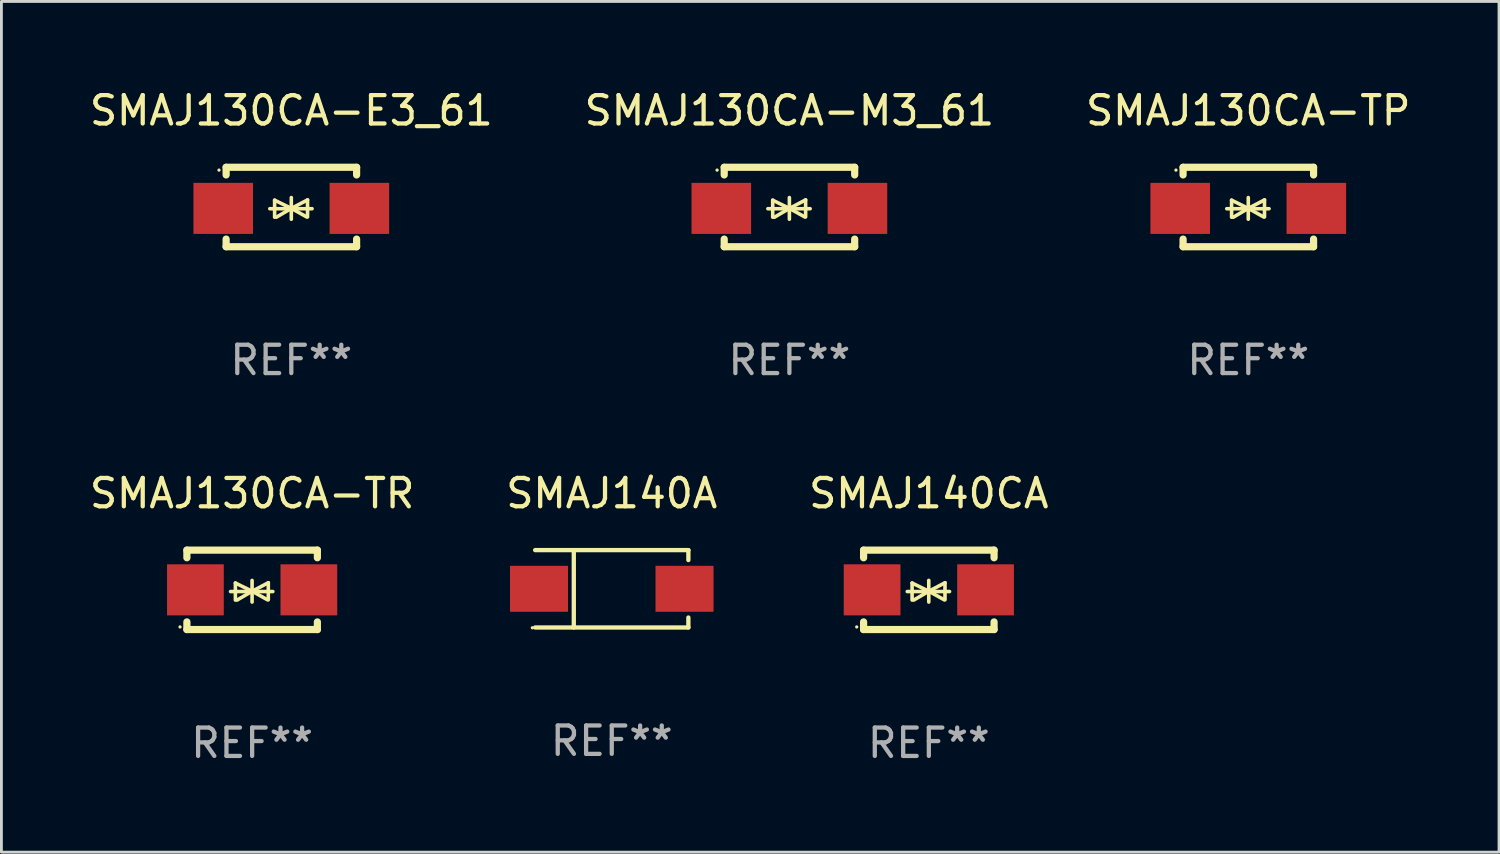
<source format=kicad_pcb>
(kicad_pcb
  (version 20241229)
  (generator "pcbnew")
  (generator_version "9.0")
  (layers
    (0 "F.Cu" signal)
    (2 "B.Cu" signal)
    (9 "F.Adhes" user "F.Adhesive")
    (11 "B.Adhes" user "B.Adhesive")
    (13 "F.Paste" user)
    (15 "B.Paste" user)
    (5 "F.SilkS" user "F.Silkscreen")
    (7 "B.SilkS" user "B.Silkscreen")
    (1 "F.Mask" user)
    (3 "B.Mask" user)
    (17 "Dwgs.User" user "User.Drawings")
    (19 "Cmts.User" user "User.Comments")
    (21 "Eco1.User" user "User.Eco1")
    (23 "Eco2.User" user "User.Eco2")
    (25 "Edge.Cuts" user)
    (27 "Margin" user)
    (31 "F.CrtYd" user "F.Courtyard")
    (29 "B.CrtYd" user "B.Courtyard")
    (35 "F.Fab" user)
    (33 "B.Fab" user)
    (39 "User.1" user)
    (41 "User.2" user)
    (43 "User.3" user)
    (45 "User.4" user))
  (footprint "SMAJ130CA-M3_61"
    (layer "F.Cu")
    (at 24.78 4.248)
    (property "Reference" "SMAJ130CA-M3_61" (at 0 -3.4 0) (layer "F.SilkS") (effects (font (size 1 1) (thickness 0.15))))
    (attr through_hole)
    (fp_line (start -2.298 -1.4) (end -2.298 -1.131) (stroke (width 0.254) (type solid)) (layer "F.SilkS"))
    (fp_line (start -2.298 -1.4) (end 2.302 -1.4) (stroke (width 0.254) (type solid)) (layer "F.SilkS"))
    (fp_line (start -2.298 1.131) (end -2.298 1.4) (stroke (width 0.254) (type solid)) (layer "F.SilkS"))
    (fp_line (start -2.298 1.4) (end 2.302 1.4) (stroke (width 0.254) (type solid)) (layer "F.SilkS"))
    (fp_line (start -0.758 0.06) (end 0.732 0.06) (stroke (width 0.127) (type solid)) (layer "F.SilkS"))
    (fp_line (start -0.588 -0.24) (end -0.588 0.36) (stroke (width 0.127) (type solid)) (layer "F.SilkS"))
    (fp_line (start -0.588 -0.24) (end 0.000025 0.049) (stroke (width 0.127) (type solid)) (layer "F.SilkS"))
    (fp_line (start -0.528 0.36) (end 0.000025 0.049) (stroke (width 0.127) (type solid)) (layer "F.SilkS"))
    (fp_line (start 0.000025 0.049) (end 0.000025 -0.332) (stroke (width 0.127) (type solid)) (layer "F.SilkS"))
    (fp_line (start 0.000025 0.049) (end 0.000025 0.43) (stroke (width 0.127) (type solid)) (layer "F.SilkS"))
    (fp_line (start 0.542 0.35) (end 0.000025 0.049) (stroke (width 0.127) (type solid)) (layer "F.SilkS"))
    (fp_line (start 0.572 -0.25) (end 0.000025 0.049) (stroke (width 0.127) (type solid)) (layer "F.SilkS"))
    (fp_line (start 0.572 -0.25) (end 0.572 0.35) (stroke (width 0.127) (type solid)) (layer "F.SilkS"))
    (fp_line (start 2.302 -1.4) (end 2.302 -1.131) (stroke (width 0.254) (type solid)) (layer "F.SilkS"))
    (fp_line (start 2.302 1.131) (end 2.302 1.4) (stroke (width 0.254) (type solid)) (layer "F.SilkS"))
    (fp_circle (center -2.549 -1.301) (end -2.519 -1.301) (stroke (width 0.06) (type solid)) (fill no) (layer "F.SilkS"))
    (fp_text user "REF**" (at 0 5.4 0) (layer "F.Fab") (effects (font (size 1 1) (thickness 0.15))))
    (pad "1" smd rect (at -2.4 0.049) (size 2.1 1.8) (layers "F.Cu" "F.Mask" "F.Paste"))
    (pad "2" smd rect (at 2.4 0.049) (size 2.1 1.8) (layers "F.Cu" "F.Mask" "F.Paste")))
  (footprint "SMAJ130CA-TR"
    (layer "F.Cu")
    (at 5.839 17.745)
    (property "Reference" "SMAJ130CA-TR" (at 0 -3.4 0) (layer "F.SilkS") (effects (font (size 1 1) (thickness 0.15))))
    (attr through_hole)
    (fp_line (start -2.3 -1.4) (end -2.3 -1.131) (stroke (width 0.254) (type solid)) (layer "F.SilkS"))
    (fp_line (start -2.3 -1.4) (end 2.3 -1.4) (stroke (width 0.254) (type solid)) (layer "F.SilkS"))
    (fp_line (start -2.3 1.131) (end -2.3 1.4) (stroke (width 0.254) (type solid)) (layer "F.SilkS"))
    (fp_line (start -2.3 1.4) (end 2.3 1.4) (stroke (width 0.254) (type solid)) (layer "F.SilkS"))
    (fp_line (start -0.76 0.06) (end 0.73 0.06) (stroke (width 0.127) (type solid)) (layer "F.SilkS"))
    (fp_line (start -0.59 -0.24) (end -0.59 0.36) (stroke (width 0.127) (type solid)) (layer "F.SilkS"))
    (fp_line (start -0.59 -0.24) (end -0.002 0.049) (stroke (width 0.127) (type solid)) (layer "F.SilkS"))
    (fp_line (start -0.53 0.36) (end -0.002 0.049) (stroke (width 0.127) (type solid)) (layer "F.SilkS"))
    (fp_line (start -0.002 0.049) (end -0.002 -0.332) (stroke (width 0.127) (type solid)) (layer "F.SilkS"))
    (fp_line (start -0.002 0.049) (end -0.002 0.43) (stroke (width 0.127) (type solid)) (layer "F.SilkS"))
    (fp_line (start 0.54 0.35) (end -0.002 0.049) (stroke (width 0.127) (type solid)) (layer "F.SilkS"))
    (fp_line (start 0.57 -0.25) (end -0.002 0.049) (stroke (width 0.127) (type solid)) (layer "F.SilkS"))
    (fp_line (start 0.57 -0.25) (end 0.57 0.35) (stroke (width 0.127) (type solid)) (layer "F.SilkS"))
    (fp_line (start 2.3 -1.4) (end 2.3 -1.131) (stroke (width 0.254) (type solid)) (layer "F.SilkS"))
    (fp_line (start 2.3 1.131) (end 2.3 1.4) (stroke (width 0.254) (type solid)) (layer "F.SilkS"))
    (fp_circle (center -2.542 1.308) (end -2.512 1.308) (stroke (width 0.06) (type solid)) (fill no) (layer "F.SilkS"))
    (fp_text user "REF**" (at 0 5.4 0) (layer "F.Fab") (effects (font (size 1 1) (thickness 0.15))))
    (pad "1" smd rect (at -2 0) (size 2 1.8) (layers "F.Cu" "F.Mask" "F.Paste"))
    (pad "2" smd rect (at 2 0) (size 2 1.8) (layers "F.Cu" "F.Mask" "F.Paste")))
  (footprint "SMAJ140CA"
    (layer "F.Cu")
    (at 29.696 17.745)
    (property "Reference" "SMAJ140CA" (at 0 -3.4 0) (layer "F.SilkS") (effects (font (size 1 1) (thickness 0.15))))
    (attr through_hole)
    (fp_line (start -2.3 -1.4) (end -2.3 -1.131) (stroke (width 0.254) (type solid)) (layer "F.SilkS"))
    (fp_line (start -2.3 -1.4) (end 2.3 -1.4) (stroke (width 0.254) (type solid)) (layer "F.SilkS"))
    (fp_line (start -2.3 1.131) (end -2.3 1.4) (stroke (width 0.254) (type solid)) (layer "F.SilkS"))
    (fp_line (start -2.3 1.4) (end 2.3 1.4) (stroke (width 0.254) (type solid)) (layer "F.SilkS"))
    (fp_line (start -0.76 0.06) (end 0.73 0.06) (stroke (width 0.127) (type solid)) (layer "F.SilkS"))
    (fp_line (start -0.59 -0.24) (end -0.59 0.36) (stroke (width 0.127) (type solid)) (layer "F.SilkS"))
    (fp_line (start -0.59 -0.24) (end -0.002 0.049) (stroke (width 0.127) (type solid)) (layer "F.SilkS"))
    (fp_line (start -0.53 0.36) (end -0.002 0.049) (stroke (width 0.127) (type solid)) (layer "F.SilkS"))
    (fp_line (start -0.002 0.049) (end -0.002 -0.332) (stroke (width 0.127) (type solid)) (layer "F.SilkS"))
    (fp_line (start -0.002 0.049) (end -0.002 0.43) (stroke (width 0.127) (type solid)) (layer "F.SilkS"))
    (fp_line (start 0.54 0.35) (end -0.002 0.049) (stroke (width 0.127) (type solid)) (layer "F.SilkS"))
    (fp_line (start 0.57 -0.25) (end -0.002 0.049) (stroke (width 0.127) (type solid)) (layer "F.SilkS"))
    (fp_line (start 0.57 -0.25) (end 0.57 0.35) (stroke (width 0.127) (type solid)) (layer "F.SilkS"))
    (fp_line (start 2.3 -1.4) (end 2.3 -1.131) (stroke (width 0.254) (type solid)) (layer "F.SilkS"))
    (fp_line (start 2.3 1.131) (end 2.3 1.4) (stroke (width 0.254) (type solid)) (layer "F.SilkS"))
    (fp_circle (center -2.542 1.308) (end -2.512 1.308) (stroke (width 0.06) (type solid)) (fill no) (layer "F.SilkS"))
    (fp_text user "REF**" (at 0 5.4 0) (layer "F.Fab") (effects (font (size 1 1) (thickness 0.15))))
    (pad "1" smd rect (at -2 0) (size 2 1.8) (layers "F.Cu" "F.Mask" "F.Paste"))
    (pad "2" smd rect (at 2 0) (size 2 1.8) (layers "F.Cu" "F.Mask" "F.Paste")))
  (footprint "SMAJ130CA-E3_61"
    (layer "F.Cu")
    (at 7.22 4.248)
    (property "Reference" "SMAJ130CA-E3_61" (at 0 -3.4 0) (layer "F.SilkS") (effects (font (size 1 1) (thickness 0.15))))
    (attr through_hole)
    (fp_line (start -2.298 -1.4) (end -2.298 -1.131) (stroke (width 0.254) (type solid)) (layer "F.SilkS"))
    (fp_line (start -2.298 -1.4) (end 2.302 -1.4) (stroke (width 0.254) (type solid)) (layer "F.SilkS"))
    (fp_line (start -2.298 1.131) (end -2.298 1.4) (stroke (width 0.254) (type solid)) (layer "F.SilkS"))
    (fp_line (start -2.298 1.4) (end 2.302 1.4) (stroke (width 0.254) (type solid)) (layer "F.SilkS"))
    (fp_line (start -0.758 0.06) (end 0.732 0.06) (stroke (width 0.127) (type solid)) (layer "F.SilkS"))
    (fp_line (start -0.588 -0.24) (end -0.588 0.36) (stroke (width 0.127) (type solid)) (layer "F.SilkS"))
    (fp_line (start -0.588 -0.24) (end 0.000025 0.049) (stroke (width 0.127) (type solid)) (layer "F.SilkS"))
    (fp_line (start -0.528 0.36) (end 0.000025 0.049) (stroke (width 0.127) (type solid)) (layer "F.SilkS"))
    (fp_line (start 0.000025 0.049) (end 0.000025 -0.332) (stroke (width 0.127) (type solid)) (layer "F.SilkS"))
    (fp_line (start 0.000025 0.049) (end 0.000025 0.43) (stroke (width 0.127) (type solid)) (layer "F.SilkS"))
    (fp_line (start 0.542 0.35) (end 0.000025 0.049) (stroke (width 0.127) (type solid)) (layer "F.SilkS"))
    (fp_line (start 0.572 -0.25) (end 0.000025 0.049) (stroke (width 0.127) (type solid)) (layer "F.SilkS"))
    (fp_line (start 0.572 -0.25) (end 0.572 0.35) (stroke (width 0.127) (type solid)) (layer "F.SilkS"))
    (fp_line (start 2.302 -1.4) (end 2.302 -1.131) (stroke (width 0.254) (type solid)) (layer "F.SilkS"))
    (fp_line (start 2.302 1.131) (end 2.302 1.4) (stroke (width 0.254) (type solid)) (layer "F.SilkS"))
    (fp_circle (center -2.549 -1.301) (end -2.519 -1.301) (stroke (width 0.06) (type solid)) (fill no) (layer "F.SilkS"))
    (fp_text user "REF**" (at 0 5.4 0) (layer "F.Fab") (effects (font (size 1 1) (thickness 0.15))))
    (pad "1" smd rect (at -2.4 0.049) (size 2.1 1.8) (layers "F.Cu" "F.Mask" "F.Paste"))
    (pad "2" smd rect (at 2.4 0.049) (size 2.1 1.8) (layers "F.Cu" "F.Mask" "F.Paste")))
  (footprint "SMAJ140A"
    (layer "F.Cu")
    (at 18.518 17.708)
    (property "Reference" "SMAJ140A" (at 0 -3.364 0) (layer "F.SilkS") (effects (font (size 1 1) (thickness 0.15))))
    (attr through_hole)
    (fp_line (start -2.701 -1.364) (end 2.701 -1.364) (stroke (width 0.152) (type solid)) (layer "F.SilkS"))
    (fp_line (start -2.701 1.364) (end 2.701 1.364) (stroke (width 0.152) (type solid)) (layer "F.SilkS"))
    (fp_line (start -1.339 -1.364) (end -1.339 1.364) (stroke (width 0.152) (type solid)) (layer "F.SilkS"))
    (fp_line (start 2.701 -1.364) (end 2.701 -1.013) (stroke (width 0.152) (type solid)) (layer "F.SilkS"))
    (fp_line (start 2.701 1.364) (end 2.701 1.013) (stroke (width 0.152) (type solid)) (layer "F.SilkS"))
    (fp_circle (center -2.8 1.375) (end -2.77 1.375) (stroke (width 0.06) (type solid)) (fill no) (layer "F.SilkS"))
    (fp_text user "REF**" (at 0 5.364 0) (layer "F.Fab") (effects (font (size 1 1) (thickness 0.15))))
    (pad "1" smd rect (at -2.565 -0.000025) (size 2.046 1.62) (layers "F.Cu" "F.Mask" "F.Paste"))
    (pad "2" smd rect (at 2.565 -0.000025) (size 2.046 1.62) (layers "F.Cu" "F.Mask" "F.Paste")))
  (footprint "SMAJ130CA-TP"
    (layer "F.Cu")
    (at 40.958 4.248)
    (property "Reference" "SMAJ130CA-TP" (at 0 -3.4 0) (layer "F.SilkS") (effects (font (size 1 1) (thickness 0.15))))
    (attr through_hole)
    (fp_line (start -2.298 -1.4) (end -2.298 -1.131) (stroke (width 0.254) (type solid)) (layer "F.SilkS"))
    (fp_line (start -2.298 -1.4) (end 2.302 -1.4) (stroke (width 0.254) (type solid)) (layer "F.SilkS"))
    (fp_line (start -2.298 1.131) (end -2.298 1.4) (stroke (width 0.254) (type solid)) (layer "F.SilkS"))
    (fp_line (start -2.298 1.4) (end 2.302 1.4) (stroke (width 0.254) (type solid)) (layer "F.SilkS"))
    (fp_line (start -0.758 0.06) (end 0.732 0.06) (stroke (width 0.127) (type solid)) (layer "F.SilkS"))
    (fp_line (start -0.588 -0.24) (end -0.588 0.36) (stroke (width 0.127) (type solid)) (layer "F.SilkS"))
    (fp_line (start -0.588 -0.24) (end 0.000025 0.049) (stroke (width 0.127) (type solid)) (layer "F.SilkS"))
    (fp_line (start -0.528 0.36) (end 0.000025 0.049) (stroke (width 0.127) (type solid)) (layer "F.SilkS"))
    (fp_line (start 0.000025 0.049) (end 0.000025 -0.332) (stroke (width 0.127) (type solid)) (layer "F.SilkS"))
    (fp_line (start 0.000025 0.049) (end 0.000025 0.43) (stroke (width 0.127) (type solid)) (layer "F.SilkS"))
    (fp_line (start 0.542 0.35) (end 0.000025 0.049) (stroke (width 0.127) (type solid)) (layer "F.SilkS"))
    (fp_line (start 0.572 -0.25) (end 0.000025 0.049) (stroke (width 0.127) (type solid)) (layer "F.SilkS"))
    (fp_line (start 0.572 -0.25) (end 0.572 0.35) (stroke (width 0.127) (type solid)) (layer "F.SilkS"))
    (fp_line (start 2.302 -1.4) (end 2.302 -1.131) (stroke (width 0.254) (type solid)) (layer "F.SilkS"))
    (fp_line (start 2.302 1.131) (end 2.302 1.4) (stroke (width 0.254) (type solid)) (layer "F.SilkS"))
    (fp_circle (center -2.549 -1.301) (end -2.519 -1.301) (stroke (width 0.06) (type solid)) (fill no) (layer "F.SilkS"))
    (fp_text user "REF**" (at 0 5.4 0) (layer "F.Fab") (effects (font (size 1 1) (thickness 0.15))))
    (pad "1" smd rect (at -2.4 0.049) (size 2.1 1.8) (layers "F.Cu" "F.Mask" "F.Paste"))
    (pad "2" smd rect (at 2.4 0.049) (size 2.1 1.8) (layers "F.Cu" "F.Mask" "F.Paste")))
  (gr_rect
    (start -3 -3)
    (end 49.798 26.993)
    (stroke (width 0.1) (type default))
    (fill no)
    (layer "Edge.Cuts")))
</source>
